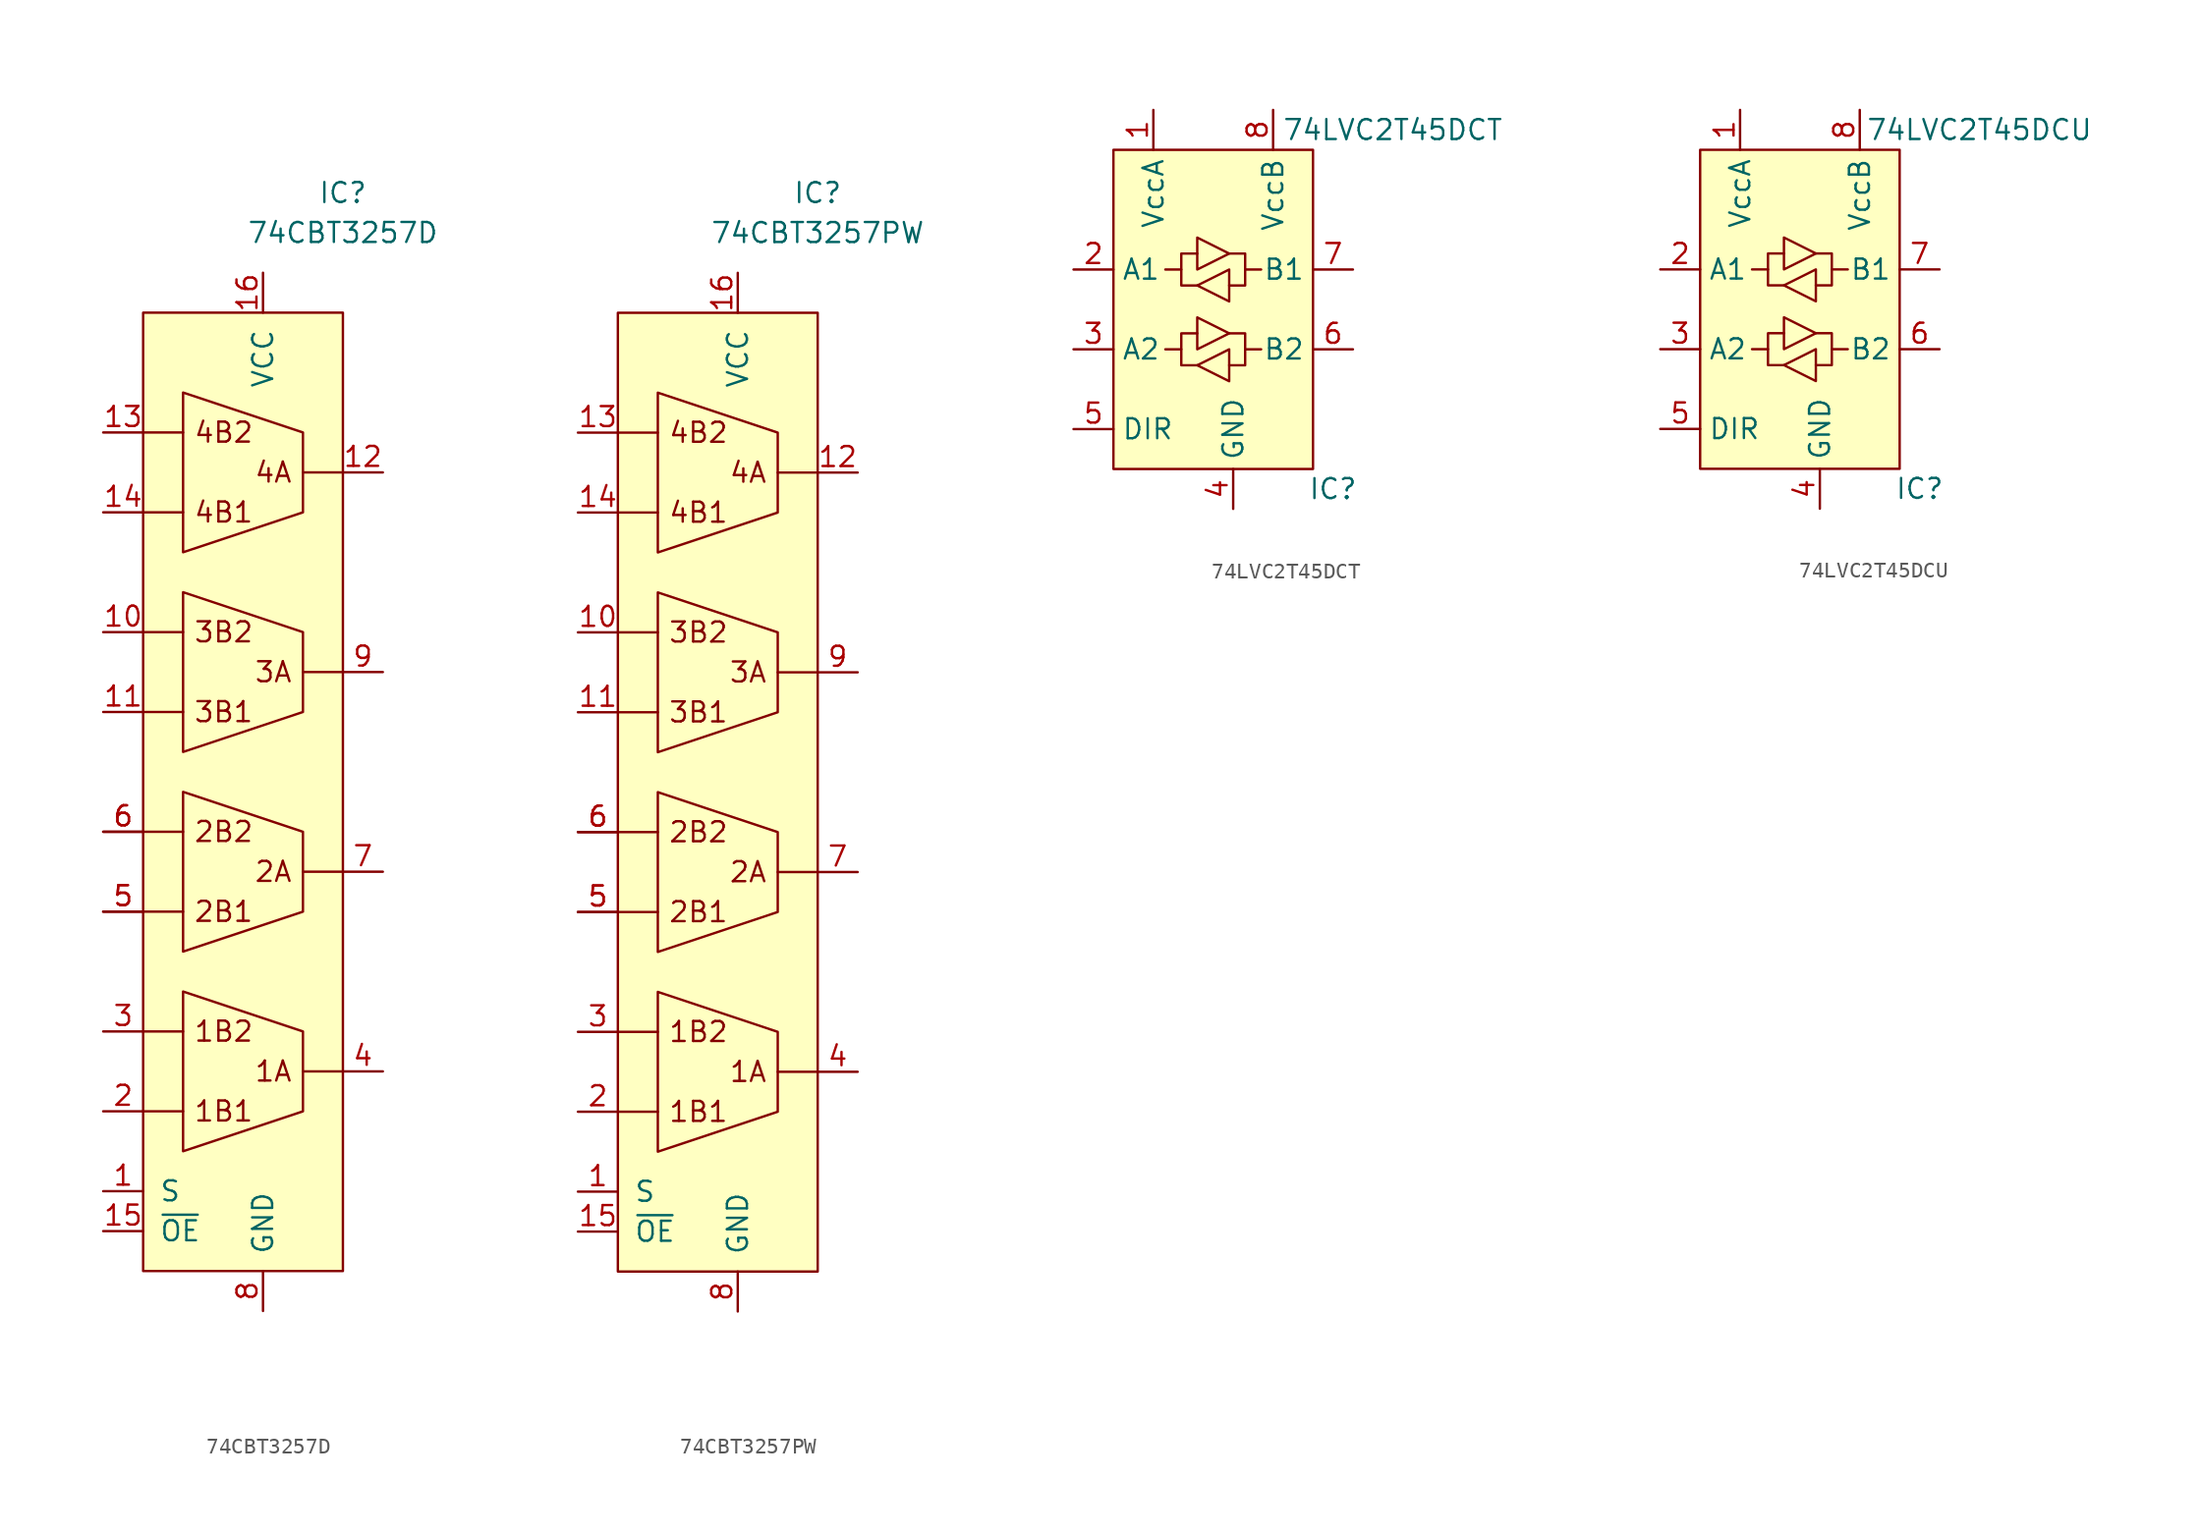
<source format=kicad_sym>
(kicad_symbol_lib
  (version 20220914)
  (generator kicad_symbol_editor)
  (symbol "74CBT3257D"
    (pin_names
      (offset 1.016))
    (property "Reference" "IC"
      (at 5.08 35.56 0)
      (effects (font (size 1.27 1.27))))
    (property "Value" "74CBT3257D"
      (at 5.08 33.02 0)
      (effects (font (size 1.27 1.27))))
    (symbol "74CBT3257D_0_0"
      (text "1A" (at 1.905 -20.32 0) (effects (font (size 1.27 1.27)) (justify right)))
      (text "1B1" (at -4.445 -22.86 0) (effects (font (size 1.27 1.27)) (justify left)))
      (text "1B2" (at -4.445 -17.78 0) (effects (font (size 1.27 1.27)) (justify left)))
      (text "2A" (at 1.905 -7.62 0) (effects (font (size 1.27 1.27)) (justify right)))
      (text "2B1" (at -4.445 -10.16 0) (effects (font (size 1.27 1.27)) (justify left)))
      (text "2B2" (at -4.445 -5.08 0) (effects (font (size 1.27 1.27)) (justify left)))
      (text "3A" (at 1.905 5.08 0) (effects (font (size 1.27 1.27)) (justify right)))
      (text "3B1" (at -4.445 2.54 0) (effects (font (size 1.27 1.27)) (justify left)))
      (text "3B2" (at -4.445 7.62 0) (effects (font (size 1.27 1.27)) (justify left)))
      (text "4A" (at 1.905 17.78 0) (effects (font (size 1.27 1.27)) (justify right)))
      (text "4B1" (at -4.445 15.24 0) (effects (font (size 1.27 1.27)) (justify left)))
      (text "4B2" (at -4.445 20.32 0) (effects (font (size 1.27 1.27)) (justify left)))
      (pin input line (at -10.16 -27.94 0) (length 2.54) (name "S" (effects (font (size 1.27 1.27)))) (number "1" (effects (font (size 1.27 1.27)))))
      (pin bidirectional line (at -10.16 7.62 0) (length 2.54) (name "~" (effects (font (size 1.27 1.27)))) (number "10" (effects (font (size 1.27 1.27)))))
      (pin bidirectional line (at -10.16 2.54 0) (length 2.54) (name "~" (effects (font (size 1.27 1.27)))) (number "11" (effects (font (size 1.27 1.27)))))
      (pin bidirectional line (at 7.62 17.78 180) (length 2.54) (name "~" (effects (font (size 1.27 1.27)))) (number "12" (effects (font (size 1.27 1.27)))))
      (pin bidirectional line (at -10.16 20.32 0) (length 2.54) (name "~" (effects (font (size 1.27 1.27)))) (number "13" (effects (font (size 1.27 1.27)))))
      (pin bidirectional line (at -10.16 15.24 0) (length 2.54) (name "~" (effects (font (size 1.27 1.27)))) (number "14" (effects (font (size 1.27 1.27)))))
      (pin input line (at -10.16 -30.48 0) (length 2.54) (name "~{OE}" (effects (font (size 1.27 1.27)))) (number "15" (effects (font (size 1.27 1.27)))))
      (pin power_in line (at 0 30.48 270) (length 2.54) (name "VCC" (effects (font (size 1.27 1.27)))) (number "16" (effects (font (size 1.27 1.27)))))
      (pin bidirectional line (at -10.16 -22.86 0) (length 2.54) (name "~" (effects (font (size 1.27 1.27)))) (number "2" (effects (font (size 1.27 1.27)))))
      (pin bidirectional line (at -10.16 -17.78 0) (length 2.54) (name "~" (effects (font (size 1.27 1.27)))) (number "3" (effects (font (size 1.27 1.27)))))
      (pin bidirectional line (at 7.62 -20.32 180) (length 2.54) (name "~" (effects (font (size 1.27 1.27)))) (number "4" (effects (font (size 1.27 1.27)))))
      (pin bidirectional line (at -10.16 -10.16 0) (length 2.54) (name "~" (effects (font (size 1.27 1.27)))) (number "5" (effects (font (size 1.27 1.27)))))
      (pin bidirectional line (at -10.16 -10.16 0) (length 2.54) (name "~" (effects (font (size 1.27 1.27)))) (number "5" (effects (font (size 1.27 1.27)))))
      (pin bidirectional line (at -10.16 -5.08 0) (length 2.54) (name "~" (effects (font (size 1.27 1.27)))) (number "6" (effects (font (size 1.27 1.27)))))
      (pin bidirectional line (at -10.16 -5.08 0) (length 2.54) (name "~" (effects (font (size 1.27 1.27)))) (number "6" (effects (font (size 1.27 1.27)))))
      (pin bidirectional line (at 7.62 -7.62 180) (length 2.54) (name "~" (effects (font (size 1.27 1.27)))) (number "7" (effects (font (size 1.27 1.27)))))
      (pin power_in line (at 0 -35.56 90) (length 2.54) (name "GND" (effects (font (size 1.27 1.27)))) (number "8" (effects (font (size 1.27 1.27)))))
      (pin bidirectional line (at 7.62 5.08 180) (length 2.54) (name "~" (effects (font (size 1.27 1.27)))) (number "9" (effects (font (size 1.27 1.27))))))
    (symbol "74CBT3257D_0_1"
      (rectangle (start -7.62 27.94) (end 5.08 -33.02) (stroke (width 0) (type default)) (fill (type background)))
      (polyline (pts (xy -7.62 -22.86) (xy -5.08 -22.86)) (stroke (width 0) (type default)) (fill (type none)))
      (polyline (pts (xy -7.62 -17.78) (xy -5.08 -17.78)) (stroke (width 0) (type default)) (fill (type none)))
      (polyline (pts (xy -7.62 -10.16) (xy -5.08 -10.16)) (stroke (width 0) (type default)) (fill (type none)))
      (polyline (pts (xy -7.62 -5.08) (xy -5.08 -5.08)) (stroke (width 0) (type default)) (fill (type none)))
      (polyline (pts (xy -7.62 2.54) (xy -5.08 2.54)) (stroke (width 0) (type default)) (fill (type none)))
      (polyline (pts (xy -7.62 7.62) (xy -5.08 7.62)) (stroke (width 0) (type default)) (fill (type none)))
      (polyline (pts (xy -7.62 15.24) (xy -5.08 15.24)) (stroke (width 0) (type default)) (fill (type none)))
      (polyline (pts (xy -7.62 20.32) (xy -5.08 20.32)) (stroke (width 0) (type default)) (fill (type none)))
      (polyline (pts (xy 5.08 -20.32) (xy 2.54 -20.32)) (stroke (width 0) (type default)) (fill (type none)))
      (polyline (pts (xy 5.08 -7.62) (xy 2.54 -7.62)) (stroke (width 0) (type default)) (fill (type none)))
      (polyline (pts (xy 5.08 5.08) (xy 2.54 5.08)) (stroke (width 0) (type default)) (fill (type none)))
      (polyline (pts (xy 5.08 17.78) (xy 2.54 17.78)) (stroke (width 0) (type default)) (fill (type none)))
      (polyline (pts (xy -5.08 -15.24) (xy -5.08 -25.4) (xy 2.54 -22.86) (xy 2.54 -17.78) (xy -5.08 -15.24)) (stroke (width 0) (type default)) (fill (type none)))
      (polyline (pts (xy -5.08 -2.54) (xy -5.08 -12.7) (xy 2.54 -10.16) (xy 2.54 -5.08) (xy -5.08 -2.54)) (stroke (width 0) (type default)) (fill (type none)))
      (polyline (pts (xy -5.08 10.16) (xy -5.08 0) (xy 2.54 2.54) (xy 2.54 7.62) (xy -5.08 10.16)) (stroke (width 0) (type default)) (fill (type none)))
      (polyline (pts (xy -5.08 22.86) (xy -5.08 12.7) (xy 2.54 15.24) (xy 2.54 20.32) (xy -5.08 22.86)) (stroke (width 0) (type default)) (fill (type none)))))
  (symbol "74CBT3257PW"
    (pin_names
      (offset 1.016))
    (property "Reference" "IC"
      (at 5.08 35.56 0)
      (effects (font (size 1.27 1.27))))
    (property "Value" "74CBT3257PW"
      (at 5.08 33.02 0)
      (effects (font (size 1.27 1.27))))
    (symbol "74CBT3257PW_0_0"
      (text "1A" (at 1.905 -20.32 0) (effects (font (size 1.27 1.27)) (justify right)))
      (text "1B1" (at -4.445 -22.86 0) (effects (font (size 1.27 1.27)) (justify left)))
      (text "1B2" (at -4.445 -17.78 0) (effects (font (size 1.27 1.27)) (justify left)))
      (text "2A" (at 1.905 -7.62 0) (effects (font (size 1.27 1.27)) (justify right)))
      (text "2B1" (at -4.445 -10.16 0) (effects (font (size 1.27 1.27)) (justify left)))
      (text "2B2" (at -4.445 -5.08 0) (effects (font (size 1.27 1.27)) (justify left)))
      (text "3A" (at 1.905 5.08 0) (effects (font (size 1.27 1.27)) (justify right)))
      (text "3B1" (at -4.445 2.54 0) (effects (font (size 1.27 1.27)) (justify left)))
      (text "3B2" (at -4.445 7.62 0) (effects (font (size 1.27 1.27)) (justify left)))
      (text "4A" (at 1.905 17.78 0) (effects (font (size 1.27 1.27)) (justify right)))
      (text "4B1" (at -4.445 15.24 0) (effects (font (size 1.27 1.27)) (justify left)))
      (text "4B2" (at -4.445 20.32 0) (effects (font (size 1.27 1.27)) (justify left)))
      (pin input line (at -10.16 -27.94 0) (length 2.54) (name "S" (effects (font (size 1.27 1.27)))) (number "1" (effects (font (size 1.27 1.27)))))
      (pin bidirectional line (at -10.16 7.62 0) (length 2.54) (name "~" (effects (font (size 1.27 1.27)))) (number "10" (effects (font (size 1.27 1.27)))))
      (pin bidirectional line (at -10.16 2.54 0) (length 2.54) (name "~" (effects (font (size 1.27 1.27)))) (number "11" (effects (font (size 1.27 1.27)))))
      (pin bidirectional line (at 7.62 17.78 180) (length 2.54) (name "~" (effects (font (size 1.27 1.27)))) (number "12" (effects (font (size 1.27 1.27)))))
      (pin bidirectional line (at -10.16 20.32 0) (length 2.54) (name "~" (effects (font (size 1.27 1.27)))) (number "13" (effects (font (size 1.27 1.27)))))
      (pin bidirectional line (at -10.16 15.24 0) (length 2.54) (name "~" (effects (font (size 1.27 1.27)))) (number "14" (effects (font (size 1.27 1.27)))))
      (pin input line (at -10.16 -30.48 0) (length 2.54) (name "~{OE}" (effects (font (size 1.27 1.27)))) (number "15" (effects (font (size 1.27 1.27)))))
      (pin power_in line (at 0 30.48 270) (length 2.54) (name "VCC" (effects (font (size 1.27 1.27)))) (number "16" (effects (font (size 1.27 1.27)))))
      (pin bidirectional line (at -10.16 -22.86 0) (length 2.54) (name "~" (effects (font (size 1.27 1.27)))) (number "2" (effects (font (size 1.27 1.27)))))
      (pin bidirectional line (at -10.16 -17.78 0) (length 2.54) (name "~" (effects (font (size 1.27 1.27)))) (number "3" (effects (font (size 1.27 1.27)))))
      (pin bidirectional line (at 7.62 -20.32 180) (length 2.54) (name "~" (effects (font (size 1.27 1.27)))) (number "4" (effects (font (size 1.27 1.27)))))
      (pin bidirectional line (at -10.16 -10.16 0) (length 2.54) (name "~" (effects (font (size 1.27 1.27)))) (number "5" (effects (font (size 1.27 1.27)))))
      (pin bidirectional line (at -10.16 -10.16 0) (length 2.54) (name "~" (effects (font (size 1.27 1.27)))) (number "5" (effects (font (size 1.27 1.27)))))
      (pin bidirectional line (at -10.16 -5.08 0) (length 2.54) (name "~" (effects (font (size 1.27 1.27)))) (number "6" (effects (font (size 1.27 1.27)))))
      (pin bidirectional line (at -10.16 -5.08 0) (length 2.54) (name "~" (effects (font (size 1.27 1.27)))) (number "6" (effects (font (size 1.27 1.27)))))
      (pin bidirectional line (at 7.62 -7.62 180) (length 2.54) (name "~" (effects (font (size 1.27 1.27)))) (number "7" (effects (font (size 1.27 1.27)))))
      (pin power_in line (at 0 -35.56 90) (length 2.54) (name "GND" (effects (font (size 1.27 1.27)))) (number "8" (effects (font (size 1.27 1.27)))))
      (pin bidirectional line (at 7.62 5.08 180) (length 2.54) (name "~" (effects (font (size 1.27 1.27)))) (number "9" (effects (font (size 1.27 1.27))))))
    (symbol "74CBT3257PW_0_1"
      (rectangle (start -7.62 27.94) (end 5.08 -33.02) (stroke (width 0) (type default)) (fill (type background)))
      (polyline (pts (xy -7.62 -22.86) (xy -5.08 -22.86)) (stroke (width 0) (type default)) (fill (type none)))
      (polyline (pts (xy -7.62 -17.78) (xy -5.08 -17.78)) (stroke (width 0) (type default)) (fill (type none)))
      (polyline (pts (xy -7.62 -10.16) (xy -5.08 -10.16)) (stroke (width 0) (type default)) (fill (type none)))
      (polyline (pts (xy -7.62 -5.08) (xy -5.08 -5.08)) (stroke (width 0) (type default)) (fill (type none)))
      (polyline (pts (xy -7.62 2.54) (xy -5.08 2.54)) (stroke (width 0) (type default)) (fill (type none)))
      (polyline (pts (xy -7.62 7.62) (xy -5.08 7.62)) (stroke (width 0) (type default)) (fill (type none)))
      (polyline (pts (xy -7.62 15.24) (xy -5.08 15.24)) (stroke (width 0) (type default)) (fill (type none)))
      (polyline (pts (xy -7.62 20.32) (xy -5.08 20.32)) (stroke (width 0) (type default)) (fill (type none)))
      (polyline (pts (xy 5.08 -20.32) (xy 2.54 -20.32)) (stroke (width 0) (type default)) (fill (type none)))
      (polyline (pts (xy 5.08 -7.62) (xy 2.54 -7.62)) (stroke (width 0) (type default)) (fill (type none)))
      (polyline (pts (xy 5.08 5.08) (xy 2.54 5.08)) (stroke (width 0) (type default)) (fill (type none)))
      (polyline (pts (xy 5.08 17.78) (xy 2.54 17.78)) (stroke (width 0) (type default)) (fill (type none)))
      (polyline (pts (xy -5.08 -15.24) (xy -5.08 -25.4) (xy 2.54 -22.86) (xy 2.54 -17.78) (xy -5.08 -15.24)) (stroke (width 0) (type default)) (fill (type none)))
      (polyline (pts (xy -5.08 -2.54) (xy -5.08 -12.7) (xy 2.54 -10.16) (xy 2.54 -5.08) (xy -5.08 -2.54)) (stroke (width 0) (type default)) (fill (type none)))
      (polyline (pts (xy -5.08 10.16) (xy -5.08 0) (xy 2.54 2.54) (xy 2.54 7.62) (xy -5.08 10.16)) (stroke (width 0) (type default)) (fill (type none)))
      (polyline (pts (xy -5.08 22.86) (xy -5.08 12.7) (xy 2.54 15.24) (xy 2.54 20.32) (xy -5.08 22.86)) (stroke (width 0) (type default)) (fill (type none)))))
  (symbol "74LVC2T45DCT"
    (property "Reference" "IC"
      (at 6.35 -11.43 0)
      (effects (font (size 1.27 1.27))))
    (property "Value" "74LVC2T45DCT"
      (at 10.16 11.43 0)
      (effects (font (size 1.27 1.27))))
    (symbol "74LVC2T45DCT_0_1"
      (polyline (pts (xy -0.254 -2.54) (xy -0.254 -4.572) (xy -2.286 -3.556) (xy -0.254 -2.54)) (stroke (width 0.152) (type default)) (fill (type none)))
      (polyline (pts (xy -0.254 -1.524) (xy -2.286 -0.508) (xy -2.286 -2.54) (xy -0.254 -1.524)) (stroke (width 0.152) (type default)) (fill (type none)))
      (polyline (pts (xy -0.254 2.54) (xy -0.254 0.508) (xy -2.286 1.524) (xy -0.254 2.54)) (stroke (width 0.152) (type default)) (fill (type none)))
      (polyline (pts (xy -0.254 3.556) (xy -2.286 4.572) (xy -2.286 2.54) (xy -0.254 3.556)) (stroke (width 0.152) (type default)) (fill (type none))))
    (symbol "74LVC2T45DCT_1_1"
      (rectangle (start -7.62 10.16) (end 5.08 -10.16) (stroke (width 0.152) (type default)) (fill (type background)))
      (polyline (pts (xy -3.302 -2.54) (xy -3.302 -1.524) (xy -2.286 -1.524)) (stroke (width 0) (type default)) (fill (type none)))
      (polyline (pts (xy -3.302 2.54) (xy -3.302 3.556) (xy -2.286 3.556)) (stroke (width 0) (type default)) (fill (type none)))
      (polyline (pts (xy 0.762 -2.54) (xy 0.762 -3.556) (xy -0.254 -3.556)) (stroke (width 0) (type default)) (fill (type none)))
      (polyline (pts (xy 0.762 2.54) (xy 0.762 1.524) (xy -0.254 1.524)) (stroke (width 0) (type default)) (fill (type none)))
      (polyline (pts (xy -2.286 -3.556) (xy -3.302 -3.556) (xy -3.302 -2.54) (xy -4.318 -2.54)) (stroke (width 0) (type default)) (fill (type none)))
      (polyline (pts (xy -2.286 1.524) (xy -3.302 1.524) (xy -3.302 2.54) (xy -4.318 2.54)) (stroke (width 0) (type default)) (fill (type none)))
      (polyline (pts (xy -0.254 -1.524) (xy 0.762 -1.524) (xy 0.762 -2.54) (xy 1.778 -2.54)) (stroke (width 0) (type default)) (fill (type none)))
      (polyline (pts (xy -0.254 3.556) (xy 0.762 3.556) (xy 0.762 2.54) (xy 1.778 2.54)) (stroke (width 0) (type default)) (fill (type none)))
      (pin power_in line (at -5.08 12.7 270) (length 2.54) (name "VccA" (effects (font (size 1.27 1.27)))) (number "1" (effects (font (size 1.27 1.27)))))
      (pin bidirectional line (at -10.16 2.54 0) (length 2.54) (name "A1" (effects (font (size 1.27 1.27)))) (number "2" (effects (font (size 1.27 1.27)))))
      (pin bidirectional line (at -10.16 -2.54 0) (length 2.54) (name "A2" (effects (font (size 1.27 1.27)))) (number "3" (effects (font (size 1.27 1.27)))))
      (pin power_in line (at 0 -12.7 90) (length 2.54) (name "GND" (effects (font (size 1.27 1.27)))) (number "4" (effects (font (size 1.27 1.27)))))
      (pin input line (at -10.16 -7.62 0) (length 2.54) (name "DIR" (effects (font (size 1.27 1.27)))) (number "5" (effects (font (size 1.27 1.27)))))
      (pin bidirectional line (at 7.62 -2.54 180) (length 2.54) (name "B2" (effects (font (size 1.27 1.27)))) (number "6" (effects (font (size 1.27 1.27)))))
      (pin bidirectional line (at 7.62 2.54 180) (length 2.54) (name "B1" (effects (font (size 1.27 1.27)))) (number "7" (effects (font (size 1.27 1.27)))))
      (pin power_in line (at 2.54 12.7 270) (length 2.54) (name "VccB" (effects (font (size 1.27 1.27)))) (number "8" (effects (font (size 1.27 1.27)))))))
  (symbol "74LVC2T45DCU"
    (property "Reference" "IC"
      (at 6.35 -11.43 0)
      (effects (font (size 1.27 1.27))))
    (property "Value" "74LVC2T45DCU"
      (at 10.16 11.43 0)
      (effects (font (size 1.27 1.27))))
    (symbol "74LVC2T45DCU_0_1"
      (polyline (pts (xy -0.254 -2.54) (xy -0.254 -4.572) (xy -2.286 -3.556) (xy -0.254 -2.54)) (stroke (width 0.152) (type default)) (fill (type none)))
      (polyline (pts (xy -0.254 -1.524) (xy -2.286 -0.508) (xy -2.286 -2.54) (xy -0.254 -1.524)) (stroke (width 0.152) (type default)) (fill (type none)))
      (polyline (pts (xy -0.254 2.54) (xy -0.254 0.508) (xy -2.286 1.524) (xy -0.254 2.54)) (stroke (width 0.152) (type default)) (fill (type none)))
      (polyline (pts (xy -0.254 3.556) (xy -2.286 4.572) (xy -2.286 2.54) (xy -0.254 3.556)) (stroke (width 0.152) (type default)) (fill (type none))))
    (symbol "74LVC2T45DCU_1_1"
      (rectangle (start -7.62 10.16) (end 5.08 -10.16) (stroke (width 0.152) (type default)) (fill (type background)))
      (polyline (pts (xy -3.302 -2.54) (xy -3.302 -1.524) (xy -2.286 -1.524)) (stroke (width 0) (type default)) (fill (type none)))
      (polyline (pts (xy -3.302 2.54) (xy -3.302 3.556) (xy -2.286 3.556)) (stroke (width 0) (type default)) (fill (type none)))
      (polyline (pts (xy 0.762 -2.54) (xy 0.762 -3.556) (xy -0.254 -3.556)) (stroke (width 0) (type default)) (fill (type none)))
      (polyline (pts (xy 0.762 2.54) (xy 0.762 1.524) (xy -0.254 1.524)) (stroke (width 0) (type default)) (fill (type none)))
      (polyline (pts (xy -2.286 -3.556) (xy -3.302 -3.556) (xy -3.302 -2.54) (xy -4.318 -2.54)) (stroke (width 0) (type default)) (fill (type none)))
      (polyline (pts (xy -2.286 1.524) (xy -3.302 1.524) (xy -3.302 2.54) (xy -4.318 2.54)) (stroke (width 0) (type default)) (fill (type none)))
      (polyline (pts (xy -0.254 -1.524) (xy 0.762 -1.524) (xy 0.762 -2.54) (xy 1.778 -2.54)) (stroke (width 0) (type default)) (fill (type none)))
      (polyline (pts (xy -0.254 3.556) (xy 0.762 3.556) (xy 0.762 2.54) (xy 1.778 2.54)) (stroke (width 0) (type default)) (fill (type none)))
      (pin power_in line (at -5.08 12.7 270) (length 2.54) (name "VccA" (effects (font (size 1.27 1.27)))) (number "1" (effects (font (size 1.27 1.27)))))
      (pin bidirectional line (at -10.16 2.54 0) (length 2.54) (name "A1" (effects (font (size 1.27 1.27)))) (number "2" (effects (font (size 1.27 1.27)))))
      (pin bidirectional line (at -10.16 -2.54 0) (length 2.54) (name "A2" (effects (font (size 1.27 1.27)))) (number "3" (effects (font (size 1.27 1.27)))))
      (pin power_in line (at 0 -12.7 90) (length 2.54) (name "GND" (effects (font (size 1.27 1.27)))) (number "4" (effects (font (size 1.27 1.27)))))
      (pin input line (at -10.16 -7.62 0) (length 2.54) (name "DIR" (effects (font (size 1.27 1.27)))) (number "5" (effects (font (size 1.27 1.27)))))
      (pin bidirectional line (at 7.62 -2.54 180) (length 2.54) (name "B2" (effects (font (size 1.27 1.27)))) (number "6" (effects (font (size 1.27 1.27)))))
      (pin bidirectional line (at 7.62 2.54 180) (length 2.54) (name "B1" (effects (font (size 1.27 1.27)))) (number "7" (effects (font (size 1.27 1.27)))))
      (pin power_in line (at 2.54 12.7 270) (length 2.54) (name "VccB" (effects (font (size 1.27 1.27)))) (number "8" (effects (font (size 1.27 1.27))))))))
</source>
